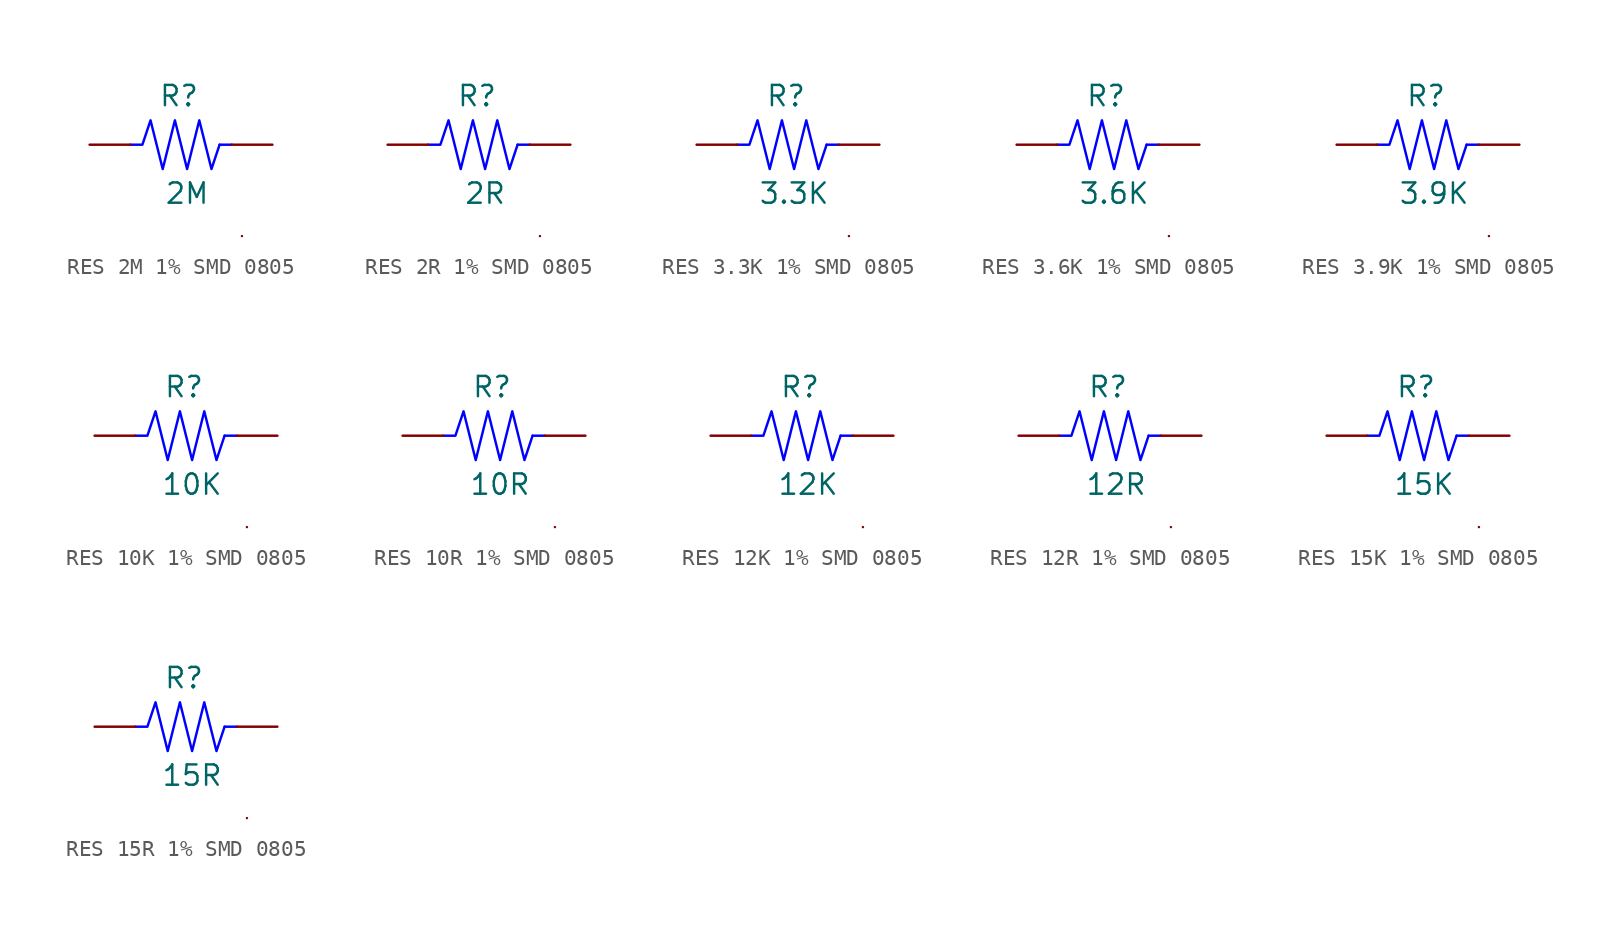
<source format=kicad_sym>
(kicad_symbol_lib
  (version 20231120)
  (generator "kicad_symbol_editor")
  (generator_version "8.0")
  (symbol "RES 2M 1% SMD 0805"
    (pin_numbers hide)
    (pin_names
      (offset 0) hide)
    (property "Reference" "R"
      (at -0.762 3.048 0)
      (effects (font (size 1.27 1.27))))
    (property "Value" "2M"
      (at -0.254 -3.048 0)
      (effects (font (size 1.27 1.27))))
    (symbol "RES 2M 1% SMD 0805_0_1"
      (polyline (pts (xy 1.778 0) (xy 2.54 0)) (stroke (width 0) (type default) (color 0 0 255 1)) (fill (type none)))
      (polyline (pts (xy 3.175 -5.715) (xy 3.175 -5.715)) (stroke (width 0) (type default)) (fill (type none)))
      (polyline (pts (xy -3.81 0) (xy -3.048 0) (xy -2.54 1.524) (xy -1.778 -1.524) (xy -1.016 1.524) (xy -0.254 -1.524) (xy 0.508 1.524) (xy 1.27 -1.524) (xy 1.778 0)) (stroke (width 0) (type default) (color 0 0 255 1)) (fill (type none))))
    (symbol "RES 2M 1% SMD 0805_1_1"
      (pin passive line (at -6.35 0 0) (length 2.54) (name "1" (effects (font (size 1.27 1.27)))) (number "1" (effects (font (size 1.27 1.27)))))
      (pin passive line (at 5.08 0 180) (length 2.54) (name "2" (effects (font (size 1.27 1.27)))) (number "2" (effects (font (size 1.27 1.27)))))))
  (symbol "RES 2R 1% SMD 0805"
    (pin_numbers hide)
    (pin_names
      (offset 0) hide)
    (property "Reference" "R"
      (at -0.762 3.048 0)
      (effects (font (size 1.27 1.27))))
    (property "Value" "2R"
      (at -0.254 -3.048 0)
      (effects (font (size 1.27 1.27))))
    (symbol "RES 2R 1% SMD 0805_0_1"
      (polyline (pts (xy 1.778 0) (xy 2.54 0)) (stroke (width 0) (type default) (color 0 0 255 1)) (fill (type none)))
      (polyline (pts (xy 3.175 -5.715) (xy 3.175 -5.715)) (stroke (width 0) (type default)) (fill (type none)))
      (polyline (pts (xy -3.81 0) (xy -3.048 0) (xy -2.54 1.524) (xy -1.778 -1.524) (xy -1.016 1.524) (xy -0.254 -1.524) (xy 0.508 1.524) (xy 1.27 -1.524) (xy 1.778 0)) (stroke (width 0) (type default) (color 0 0 255 1)) (fill (type none))))
    (symbol "RES 2R 1% SMD 0805_1_1"
      (pin passive line (at -6.35 0 0) (length 2.54) (name "1" (effects (font (size 1.27 1.27)))) (number "1" (effects (font (size 1.27 1.27)))))
      (pin passive line (at 5.08 0 180) (length 2.54) (name "2" (effects (font (size 1.27 1.27)))) (number "2" (effects (font (size 1.27 1.27)))))))
  (symbol "RES 3.3K 1% SMD 0805"
    (pin_numbers hide)
    (pin_names
      (offset 0) hide)
    (property "Reference" "R"
      (at -0.762 3.048 0)
      (effects (font (size 1.27 1.27))))
    (property "Value" "3.3K"
      (at -0.254 -3.048 0)
      (effects (font (size 1.27 1.27))))
    (symbol "RES 3.3K 1% SMD 0805_0_1"
      (polyline (pts (xy 1.778 0) (xy 2.54 0)) (stroke (width 0) (type default) (color 0 0 255 1)) (fill (type none)))
      (polyline (pts (xy 3.175 -5.715) (xy 3.175 -5.715)) (stroke (width 0) (type default)) (fill (type none)))
      (polyline (pts (xy -3.81 0) (xy -3.048 0) (xy -2.54 1.524) (xy -1.778 -1.524) (xy -1.016 1.524) (xy -0.254 -1.524) (xy 0.508 1.524) (xy 1.27 -1.524) (xy 1.778 0)) (stroke (width 0) (type default) (color 0 0 255 1)) (fill (type none))))
    (symbol "RES 3.3K 1% SMD 0805_1_1"
      (pin passive line (at -6.35 0 0) (length 2.54) (name "1" (effects (font (size 1.27 1.27)))) (number "1" (effects (font (size 1.27 1.27)))))
      (pin passive line (at 5.08 0 180) (length 2.54) (name "2" (effects (font (size 1.27 1.27)))) (number "2" (effects (font (size 1.27 1.27)))))))
  (symbol "RES 3.6K 1% SMD 0805"
    (pin_numbers hide)
    (pin_names
      (offset 0) hide)
    (property "Reference" "R"
      (at -0.762 3.048 0)
      (effects (font (size 1.27 1.27))))
    (property "Value" "3.6K"
      (at -0.254 -3.048 0)
      (effects (font (size 1.27 1.27))))
    (symbol "RES 3.6K 1% SMD 0805_0_1"
      (polyline (pts (xy 1.778 0) (xy 2.54 0)) (stroke (width 0) (type default) (color 0 0 255 1)) (fill (type none)))
      (polyline (pts (xy 3.175 -5.715) (xy 3.175 -5.715)) (stroke (width 0) (type default)) (fill (type none)))
      (polyline (pts (xy -3.81 0) (xy -3.048 0) (xy -2.54 1.524) (xy -1.778 -1.524) (xy -1.016 1.524) (xy -0.254 -1.524) (xy 0.508 1.524) (xy 1.27 -1.524) (xy 1.778 0)) (stroke (width 0) (type default) (color 0 0 255 1)) (fill (type none))))
    (symbol "RES 3.6K 1% SMD 0805_1_1"
      (pin passive line (at -6.35 0 0) (length 2.54) (name "1" (effects (font (size 1.27 1.27)))) (number "1" (effects (font (size 1.27 1.27)))))
      (pin passive line (at 5.08 0 180) (length 2.54) (name "2" (effects (font (size 1.27 1.27)))) (number "2" (effects (font (size 1.27 1.27)))))))
  (symbol "RES 3.9K 1% SMD 0805"
    (pin_numbers hide)
    (pin_names
      (offset 0) hide)
    (property "Reference" "R"
      (at -0.762 3.048 0)
      (effects (font (size 1.27 1.27))))
    (property "Value" "3.9K"
      (at -0.254 -3.048 0)
      (effects (font (size 1.27 1.27))))
    (symbol "RES 3.9K 1% SMD 0805_0_1"
      (polyline (pts (xy 1.778 0) (xy 2.54 0)) (stroke (width 0) (type default) (color 0 0 255 1)) (fill (type none)))
      (polyline (pts (xy 3.175 -5.715) (xy 3.175 -5.715)) (stroke (width 0) (type default)) (fill (type none)))
      (polyline (pts (xy -3.81 0) (xy -3.048 0) (xy -2.54 1.524) (xy -1.778 -1.524) (xy -1.016 1.524) (xy -0.254 -1.524) (xy 0.508 1.524) (xy 1.27 -1.524) (xy 1.778 0)) (stroke (width 0) (type default) (color 0 0 255 1)) (fill (type none))))
    (symbol "RES 3.9K 1% SMD 0805_1_1"
      (pin passive line (at -6.35 0 0) (length 2.54) (name "1" (effects (font (size 1.27 1.27)))) (number "1" (effects (font (size 1.27 1.27)))))
      (pin passive line (at 5.08 0 180) (length 2.54) (name "2" (effects (font (size 1.27 1.27)))) (number "2" (effects (font (size 1.27 1.27)))))))
  (symbol "RES 10K 1% SMD 0805"
    (pin_numbers hide)
    (pin_names
      (offset 0) hide)
    (property "Reference" "R"
      (at -0.762 3.048 0)
      (effects (font (size 1.27 1.27))))
    (property "Value" "10K"
      (at -0.254 -3.048 0)
      (effects (font (size 1.27 1.27))))
    (symbol "RES 10K 1% SMD 0805_0_1"
      (polyline (pts (xy 1.778 0) (xy 2.54 0)) (stroke (width 0) (type default) (color 0 0 255 1)) (fill (type none)))
      (polyline (pts (xy 3.175 -5.715) (xy 3.175 -5.715)) (stroke (width 0) (type default)) (fill (type none)))
      (polyline (pts (xy -3.81 0) (xy -3.048 0) (xy -2.54 1.524) (xy -1.778 -1.524) (xy -1.016 1.524) (xy -0.254 -1.524) (xy 0.508 1.524) (xy 1.27 -1.524) (xy 1.778 0)) (stroke (width 0) (type default) (color 0 0 255 1)) (fill (type none))))
    (symbol "RES 10K 1% SMD 0805_1_1"
      (pin passive line (at -6.35 0 0) (length 2.54) (name "1" (effects (font (size 1.27 1.27)))) (number "1" (effects (font (size 1.27 1.27)))))
      (pin passive line (at 5.08 0 180) (length 2.54) (name "2" (effects (font (size 1.27 1.27)))) (number "2" (effects (font (size 1.27 1.27)))))))
  (symbol "RES 10R 1% SMD 0805"
    (pin_numbers hide)
    (pin_names
      (offset 0) hide)
    (property "Reference" "R"
      (at -0.762 3.048 0)
      (effects (font (size 1.27 1.27))))
    (property "Value" "10R"
      (at -0.254 -3.048 0)
      (effects (font (size 1.27 1.27))))
    (symbol "RES 10R 1% SMD 0805_0_1"
      (polyline (pts (xy 1.778 0) (xy 2.54 0)) (stroke (width 0) (type default) (color 0 0 255 1)) (fill (type none)))
      (polyline (pts (xy 3.175 -5.715) (xy 3.175 -5.715)) (stroke (width 0) (type default)) (fill (type none)))
      (polyline (pts (xy -3.81 0) (xy -3.048 0) (xy -2.54 1.524) (xy -1.778 -1.524) (xy -1.016 1.524) (xy -0.254 -1.524) (xy 0.508 1.524) (xy 1.27 -1.524) (xy 1.778 0)) (stroke (width 0) (type default) (color 0 0 255 1)) (fill (type none))))
    (symbol "RES 10R 1% SMD 0805_1_1"
      (pin passive line (at -6.35 0 0) (length 2.54) (name "1" (effects (font (size 1.27 1.27)))) (number "1" (effects (font (size 1.27 1.27)))))
      (pin passive line (at 5.08 0 180) (length 2.54) (name "2" (effects (font (size 1.27 1.27)))) (number "2" (effects (font (size 1.27 1.27)))))))
  (symbol "RES 12K 1% SMD 0805"
    (pin_numbers hide)
    (pin_names
      (offset 0) hide)
    (property "Reference" "R"
      (at -0.762 3.048 0)
      (effects (font (size 1.27 1.27))))
    (property "Value" "12K"
      (at -0.254 -3.048 0)
      (effects (font (size 1.27 1.27))))
    (symbol "RES 12K 1% SMD 0805_0_1"
      (polyline (pts (xy 1.778 0) (xy 2.54 0)) (stroke (width 0) (type default) (color 0 0 255 1)) (fill (type none)))
      (polyline (pts (xy 3.175 -5.715) (xy 3.175 -5.715)) (stroke (width 0) (type default)) (fill (type none)))
      (polyline (pts (xy -3.81 0) (xy -3.048 0) (xy -2.54 1.524) (xy -1.778 -1.524) (xy -1.016 1.524) (xy -0.254 -1.524) (xy 0.508 1.524) (xy 1.27 -1.524) (xy 1.778 0)) (stroke (width 0) (type default) (color 0 0 255 1)) (fill (type none))))
    (symbol "RES 12K 1% SMD 0805_1_1"
      (pin passive line (at -6.35 0 0) (length 2.54) (name "1" (effects (font (size 1.27 1.27)))) (number "1" (effects (font (size 1.27 1.27)))))
      (pin passive line (at 5.08 0 180) (length 2.54) (name "2" (effects (font (size 1.27 1.27)))) (number "2" (effects (font (size 1.27 1.27)))))))
  (symbol "RES 12R 1% SMD 0805"
    (pin_numbers hide)
    (pin_names
      (offset 0) hide)
    (property "Reference" "R"
      (at -0.762 3.048 0)
      (effects (font (size 1.27 1.27))))
    (property "Value" "12R"
      (at -0.254 -3.048 0)
      (effects (font (size 1.27 1.27))))
    (symbol "RES 12R 1% SMD 0805_0_1"
      (polyline (pts (xy 1.778 0) (xy 2.54 0)) (stroke (width 0) (type default) (color 0 0 255 1)) (fill (type none)))
      (polyline (pts (xy 3.175 -5.715) (xy 3.175 -5.715)) (stroke (width 0) (type default)) (fill (type none)))
      (polyline (pts (xy -3.81 0) (xy -3.048 0) (xy -2.54 1.524) (xy -1.778 -1.524) (xy -1.016 1.524) (xy -0.254 -1.524) (xy 0.508 1.524) (xy 1.27 -1.524) (xy 1.778 0)) (stroke (width 0) (type default) (color 0 0 255 1)) (fill (type none))))
    (symbol "RES 12R 1% SMD 0805_1_1"
      (pin passive line (at -6.35 0 0) (length 2.54) (name "1" (effects (font (size 1.27 1.27)))) (number "1" (effects (font (size 1.27 1.27)))))
      (pin passive line (at 5.08 0 180) (length 2.54) (name "2" (effects (font (size 1.27 1.27)))) (number "2" (effects (font (size 1.27 1.27)))))))
  (symbol "RES 15K 1% SMD 0805"
    (pin_numbers hide)
    (pin_names
      (offset 0) hide)
    (property "Reference" "R"
      (at -0.762 3.048 0)
      (effects (font (size 1.27 1.27))))
    (property "Value" "15K"
      (at -0.254 -3.048 0)
      (effects (font (size 1.27 1.27))))
    (symbol "RES 15K 1% SMD 0805_0_1"
      (polyline (pts (xy 1.778 0) (xy 2.54 0)) (stroke (width 0) (type default) (color 0 0 255 1)) (fill (type none)))
      (polyline (pts (xy 3.175 -5.715) (xy 3.175 -5.715)) (stroke (width 0) (type default)) (fill (type none)))
      (polyline (pts (xy -3.81 0) (xy -3.048 0) (xy -2.54 1.524) (xy -1.778 -1.524) (xy -1.016 1.524) (xy -0.254 -1.524) (xy 0.508 1.524) (xy 1.27 -1.524) (xy 1.778 0)) (stroke (width 0) (type default) (color 0 0 255 1)) (fill (type none))))
    (symbol "RES 15K 1% SMD 0805_1_1"
      (pin passive line (at -6.35 0 0) (length 2.54) (name "1" (effects (font (size 1.27 1.27)))) (number "1" (effects (font (size 1.27 1.27)))))
      (pin passive line (at 5.08 0 180) (length 2.54) (name "2" (effects (font (size 1.27 1.27)))) (number "2" (effects (font (size 1.27 1.27)))))))
  (symbol "RES 15R 1% SMD 0805"
    (pin_numbers hide)
    (pin_names
      (offset 0) hide)
    (property "Reference" "R"
      (at -0.762 3.048 0)
      (effects (font (size 1.27 1.27))))
    (property "Value" "15R"
      (at -0.254 -3.048 0)
      (effects (font (size 1.27 1.27))))
    (symbol "RES 15R 1% SMD 0805_0_1"
      (polyline (pts (xy 1.778 0) (xy 2.54 0)) (stroke (width 0) (type default) (color 0 0 255 1)) (fill (type none)))
      (polyline (pts (xy 3.175 -5.715) (xy 3.175 -5.715)) (stroke (width 0) (type default)) (fill (type none)))
      (polyline (pts (xy -3.81 0) (xy -3.048 0) (xy -2.54 1.524) (xy -1.778 -1.524) (xy -1.016 1.524) (xy -0.254 -1.524) (xy 0.508 1.524) (xy 1.27 -1.524) (xy 1.778 0)) (stroke (width 0) (type default) (color 0 0 255 1)) (fill (type none))))
    (symbol "RES 15R 1% SMD 0805_1_1"
      (pin passive line (at -6.35 0 0) (length 2.54) (name "1" (effects (font (size 1.27 1.27)))) (number "1" (effects (font (size 1.27 1.27)))))
      (pin passive line (at 5.08 0 180) (length 2.54) (name "2" (effects (font (size 1.27 1.27)))) (number "2" (effects (font (size 1.27 1.27))))))))
</source>
